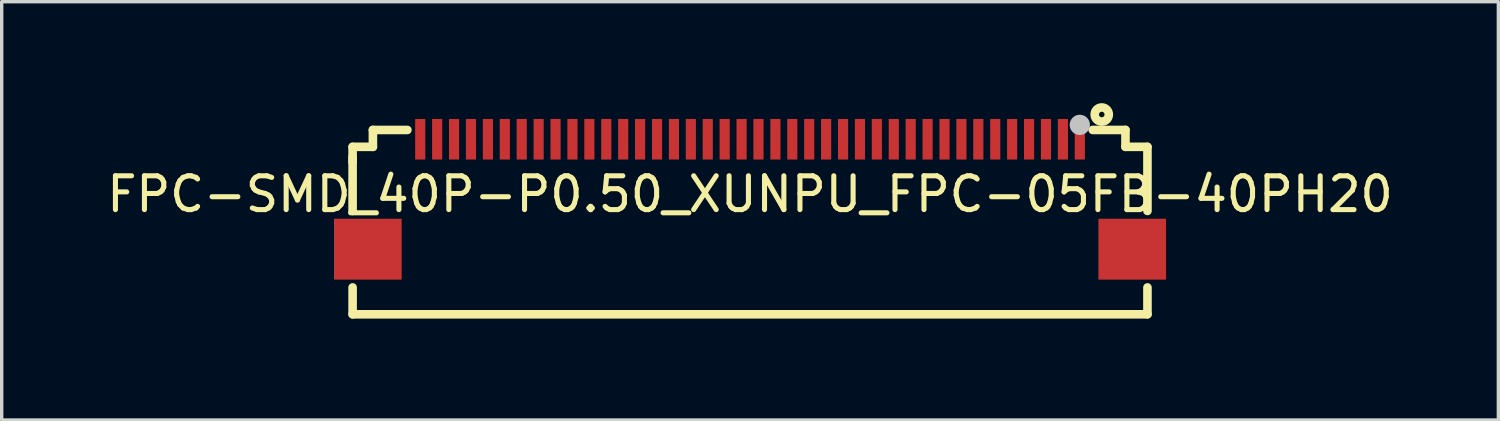
<source format=kicad_pcb>
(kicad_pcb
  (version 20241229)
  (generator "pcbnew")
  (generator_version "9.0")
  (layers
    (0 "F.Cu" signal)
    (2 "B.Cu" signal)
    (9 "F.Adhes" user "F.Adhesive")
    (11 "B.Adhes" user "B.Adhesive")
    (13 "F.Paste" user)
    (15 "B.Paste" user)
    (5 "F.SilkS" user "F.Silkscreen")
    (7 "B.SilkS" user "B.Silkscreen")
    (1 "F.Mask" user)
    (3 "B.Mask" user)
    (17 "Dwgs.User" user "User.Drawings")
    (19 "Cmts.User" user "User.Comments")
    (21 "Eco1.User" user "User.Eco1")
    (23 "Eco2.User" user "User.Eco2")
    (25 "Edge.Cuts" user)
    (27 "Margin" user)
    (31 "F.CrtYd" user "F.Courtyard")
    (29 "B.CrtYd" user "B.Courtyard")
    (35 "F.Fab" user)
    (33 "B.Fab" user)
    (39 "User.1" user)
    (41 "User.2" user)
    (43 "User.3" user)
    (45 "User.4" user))
  (footprint "FPC-SMD_40P-P0.50_XUNPU_FPC-05FB-40PH20"
    (layer "F.Cu")
    (at 19.125 2.692)
    (property "Reference" "FPC-SMD_40P-P0.50_XUNPU_FPC-05FB-40PH20" (at 0 0 0) (layer "F.SilkS") (effects (font (size 1 1) (thickness 0.15))))
    (fp_line (start -11.75 -1.4) (end -11.15 -1.4) (stroke (width 0.254) (type default)) (layer "F.SilkS"))
    (fp_line (start -11.75 -0.95) (end -11.75 -1.4) (stroke (width 0.254) (type default)) (layer "F.SilkS"))
    (fp_line (start -11.75 0.494) (end -11.75 -1.1) (stroke (width 0.254) (type default)) (layer "F.SilkS"))
    (fp_line (start -11.75 3.55) (end -11.75 2.756) (stroke (width 0.254) (type default)) (layer "F.SilkS"))
    (fp_line (start -11.15 -1.9) (end -10.131 -1.9) (stroke (width 0.254) (type default)) (layer "F.SilkS"))
    (fp_line (start -11.15 -1.4) (end -11.15 -1.9) (stroke (width 0.254) (type default)) (layer "F.SilkS"))
    (fp_line (start 10.131 -1.9) (end 11.1 -1.9) (stroke (width 0.254) (type default)) (layer "F.SilkS"))
    (fp_line (start 11.1 -1.9) (end 11.1 -1.4) (stroke (width 0.254) (type default)) (layer "F.SilkS"))
    (fp_line (start 11.1 -1.4) (end 11.75 -1.4) (stroke (width 0.254) (type default)) (layer "F.SilkS"))
    (fp_line (start 11.75 -1.4) (end 11.75 0.494) (stroke (width 0.254) (type default)) (layer "F.SilkS"))
    (fp_line (start 11.75 2.756) (end 11.75 3.55) (stroke (width 0.254) (type default)) (layer "F.SilkS"))
    (fp_line (start 11.75 3.55) (end -11.75 3.55) (stroke (width 0.254) (type default)) (layer "F.SilkS"))
    (fp_circle (center 10.399 -2.356) (end 10.608 -2.356) (stroke (width 0.254) (type default)) (fill no) (layer "F.SilkS"))
    (fp_circle (center 9.75 -2.05) (end 9.9 -2.05) (stroke (width 0.3) (type default)) (fill no) (layer "Dwgs.User"))
    (fp_poly (pts (xy -11.75 2.375) (xy -11.75 0.875) (xy -10.55 0.875) (xy -10.55 2.375)) (stroke (width 0.1) (type default)) (fill no) (layer "User.1"))
    (fp_poly (pts (xy -9.85 -1.875) (xy -9.65 -1.875) (xy -9.65 -1.075) (xy -9.85 -1.075)) (stroke (width 0.1) (type default)) (fill no) (layer "User.1"))
    (fp_poly (pts (xy -9.35 -1.875) (xy -9.15 -1.875) (xy -9.15 -1.075) (xy -9.35 -1.075)) (stroke (width 0.1) (type default)) (fill no) (layer "User.1"))
    (fp_poly (pts (xy -8.85 -1.875) (xy -8.65 -1.875) (xy -8.65 -1.075) (xy -8.85 -1.075)) (stroke (width 0.1) (type default)) (fill no) (layer "User.1"))
    (fp_poly (pts (xy -8.35 -1.875) (xy -8.15 -1.875) (xy -8.15 -1.075) (xy -8.35 -1.075)) (stroke (width 0.1) (type default)) (fill no) (layer "User.1"))
    (fp_poly (pts (xy -7.85 -1.875) (xy -7.65 -1.875) (xy -7.65 -1.075) (xy -7.85 -1.075)) (stroke (width 0.1) (type default)) (fill no) (layer "User.1"))
    (fp_poly (pts (xy -7.35 -1.875) (xy -7.15 -1.875) (xy -7.15 -1.075) (xy -7.35 -1.075)) (stroke (width 0.1) (type default)) (fill no) (layer "User.1"))
    (fp_poly (pts (xy -6.85 -1.875) (xy -6.65 -1.875) (xy -6.65 -1.075) (xy -6.85 -1.075)) (stroke (width 0.1) (type default)) (fill no) (layer "User.1"))
    (fp_poly (pts (xy -6.35 -1.875) (xy -6.15 -1.875) (xy -6.15 -1.075) (xy -6.35 -1.075)) (stroke (width 0.1) (type default)) (fill no) (layer "User.1"))
    (fp_poly (pts (xy -5.85 -1.875) (xy -5.65 -1.875) (xy -5.65 -1.075) (xy -5.85 -1.075)) (stroke (width 0.1) (type default)) (fill no) (layer "User.1"))
    (fp_poly (pts (xy -5.35 -1.875) (xy -5.15 -1.875) (xy -5.15 -1.075) (xy -5.35 -1.075)) (stroke (width 0.1) (type default)) (fill no) (layer "User.1"))
    (fp_poly (pts (xy -4.85 -1.875) (xy -4.65 -1.875) (xy -4.65 -1.075) (xy -4.85 -1.075)) (stroke (width 0.1) (type default)) (fill no) (layer "User.1"))
    (fp_poly (pts (xy -4.35 -1.875) (xy -4.15 -1.875) (xy -4.15 -1.075) (xy -4.35 -1.075)) (stroke (width 0.1) (type default)) (fill no) (layer "User.1"))
    (fp_poly (pts (xy -3.85 -1.875) (xy -3.65 -1.875) (xy -3.65 -1.075) (xy -3.85 -1.075)) (stroke (width 0.1) (type default)) (fill no) (layer "User.1"))
    (fp_poly (pts (xy -3.35 -1.875) (xy -3.15 -1.875) (xy -3.15 -1.075) (xy -3.35 -1.075)) (stroke (width 0.1) (type default)) (fill no) (layer "User.1"))
    (fp_poly (pts (xy -2.85 -1.875) (xy -2.65 -1.875) (xy -2.65 -1.075) (xy -2.85 -1.075)) (stroke (width 0.1) (type default)) (fill no) (layer "User.1"))
    (fp_poly (pts (xy -2.35 -1.875) (xy -2.15 -1.875) (xy -2.15 -1.075) (xy -2.35 -1.075)) (stroke (width 0.1) (type default)) (fill no) (layer "User.1"))
    (fp_poly (pts (xy -1.85 -1.875) (xy -1.65 -1.875) (xy -1.65 -1.075) (xy -1.85 -1.075)) (stroke (width 0.1) (type default)) (fill no) (layer "User.1"))
    (fp_poly (pts (xy -1.35 -1.875) (xy -1.15 -1.875) (xy -1.15 -1.075) (xy -1.35 -1.075)) (stroke (width 0.1) (type default)) (fill no) (layer "User.1"))
    (fp_poly (pts (xy -0.85 -1.875) (xy -0.65 -1.875) (xy -0.65 -1.075) (xy -0.85 -1.075)) (stroke (width 0.1) (type default)) (fill no) (layer "User.1"))
    (fp_poly (pts (xy -0.35 -1.875) (xy -0.15 -1.875) (xy -0.15 -1.075) (xy -0.35 -1.075)) (stroke (width 0.1) (type default)) (fill no) (layer "User.1"))
    (fp_poly (pts (xy 0.15 -1.875) (xy 0.35 -1.875) (xy 0.35 -1.075) (xy 0.15 -1.075)) (stroke (width 0.1) (type default)) (fill no) (layer "User.1"))
    (fp_poly (pts (xy 0.65 -1.875) (xy 0.85 -1.875) (xy 0.85 -1.075) (xy 0.65 -1.075)) (stroke (width 0.1) (type default)) (fill no) (layer "User.1"))
    (fp_poly (pts (xy 1.15 -1.875) (xy 1.35 -1.875) (xy 1.35 -1.075) (xy 1.15 -1.075)) (stroke (width 0.1) (type default)) (fill no) (layer "User.1"))
    (fp_poly (pts (xy 1.65 -1.875) (xy 1.85 -1.875) (xy 1.85 -1.075) (xy 1.65 -1.075)) (stroke (width 0.1) (type default)) (fill no) (layer "User.1"))
    (fp_poly (pts (xy 2.15 -1.875) (xy 2.35 -1.875) (xy 2.35 -1.075) (xy 2.15 -1.075)) (stroke (width 0.1) (type default)) (fill no) (layer "User.1"))
    (fp_poly (pts (xy 2.65 -1.875) (xy 2.85 -1.875) (xy 2.85 -1.075) (xy 2.65 -1.075)) (stroke (width 0.1) (type default)) (fill no) (layer "User.1"))
    (fp_poly (pts (xy 3.15 -1.875) (xy 3.35 -1.875) (xy 3.35 -1.075) (xy 3.15 -1.075)) (stroke (width 0.1) (type default)) (fill no) (layer "User.1"))
    (fp_poly (pts (xy 3.65 -1.875) (xy 3.85 -1.875) (xy 3.85 -1.075) (xy 3.65 -1.075)) (stroke (width 0.1) (type default)) (fill no) (layer "User.1"))
    (fp_poly (pts (xy 4.15 -1.875) (xy 4.35 -1.875) (xy 4.35 -1.075) (xy 4.15 -1.075)) (stroke (width 0.1) (type default)) (fill no) (layer "User.1"))
    (fp_poly (pts (xy 4.65 -1.875) (xy 4.85 -1.875) (xy 4.85 -1.075) (xy 4.65 -1.075)) (stroke (width 0.1) (type default)) (fill no) (layer "User.1"))
    (fp_poly (pts (xy 5.15 -1.875) (xy 5.35 -1.875) (xy 5.35 -1.075) (xy 5.15 -1.075)) (stroke (width 0.1) (type default)) (fill no) (layer "User.1"))
    (fp_poly (pts (xy 5.65 -1.875) (xy 5.85 -1.875) (xy 5.85 -1.075) (xy 5.65 -1.075)) (stroke (width 0.1) (type default)) (fill no) (layer "User.1"))
    (fp_poly (pts (xy 6.15 -1.875) (xy 6.35 -1.875) (xy 6.35 -1.075) (xy 6.15 -1.075)) (stroke (width 0.1) (type default)) (fill no) (layer "User.1"))
    (fp_poly (pts (xy 6.65 -1.875) (xy 6.85 -1.875) (xy 6.85 -1.075) (xy 6.65 -1.075)) (stroke (width 0.1) (type default)) (fill no) (layer "User.1"))
    (fp_poly (pts (xy 7.15 -1.875) (xy 7.35 -1.875) (xy 7.35 -1.075) (xy 7.15 -1.075)) (stroke (width 0.1) (type default)) (fill no) (layer "User.1"))
    (fp_poly (pts (xy 7.65 -1.875) (xy 7.85 -1.875) (xy 7.85 -1.075) (xy 7.65 -1.075)) (stroke (width 0.1) (type default)) (fill no) (layer "User.1"))
    (fp_poly (pts (xy 8.15 -1.875) (xy 8.35 -1.875) (xy 8.35 -1.075) (xy 8.15 -1.075)) (stroke (width 0.1) (type default)) (fill no) (layer "User.1"))
    (fp_poly (pts (xy 8.65 -1.875) (xy 8.85 -1.875) (xy 8.85 -1.075) (xy 8.65 -1.075)) (stroke (width 0.1) (type default)) (fill no) (layer "User.1"))
    (fp_poly (pts (xy 9.15 -1.875) (xy 9.35 -1.875) (xy 9.35 -1.075) (xy 9.15 -1.075)) (stroke (width 0.1) (type default)) (fill no) (layer "User.1"))
    (fp_poly (pts (xy 9.65 -1.875) (xy 9.85 -1.875) (xy 9.85 -1.075) (xy 9.65 -1.075)) (stroke (width 0.1) (type default)) (fill no) (layer "User.1"))
    (fp_poly (pts (xy 10.55 2.375) (xy 10.55 0.875) (xy 11.75 0.875) (xy 11.75 2.375)) (stroke (width 0.1) (type default)) (fill no) (layer "User.1"))
    (fp_line (start -11.75 -1.375) (end 11.75 -1.375) (stroke (width 0.051) (type default)) (layer "User.2"))
    (fp_line (start -11.75 3.525) (end -11.75 -1.375) (stroke (width 0.051) (type default)) (layer "User.2"))
    (fp_line (start 11.75 -1.375) (end 11.75 3.525) (stroke (width 0.051) (type default)) (layer "User.2"))
    (fp_line (start 11.75 3.525) (end -11.75 3.525) (stroke (width 0.051) (type default)) (layer "User.2"))
    (fp_poly (pts (xy 11.81 -1.875) (xy 11.792 -1.917) (xy 11.75 -1.935) (xy 11.708 -1.917) (xy 11.69 -1.875) (xy 11.708 -1.833) (xy 11.75 -1.815) (xy 11.792 -1.833)) (stroke (width 0.1) (type default)) (fill no) (layer "User.3"))
    (pad "1" smd rect (at 9.75 -1.625) (size 0.3 1.2) (layers "F.Cu" "F.Mask" "F.Paste"))
    (pad "2" smd rect (at 9.25 -1.625) (size 0.3 1.2) (layers "F.Cu" "F.Mask" "F.Paste"))
    (pad "3" smd rect (at 8.75 -1.625) (size 0.3 1.2) (layers "F.Cu" "F.Mask" "F.Paste"))
    (pad "4" smd rect (at 8.25 -1.625) (size 0.3 1.2) (layers "F.Cu" "F.Mask" "F.Paste"))
    (pad "5" smd rect (at 7.75 -1.625) (size 0.3 1.2) (layers "F.Cu" "F.Mask" "F.Paste"))
    (pad "6" smd rect (at 7.25 -1.625) (size 0.3 1.2) (layers "F.Cu" "F.Mask" "F.Paste"))
    (pad "7" smd rect (at 6.75 -1.625) (size 0.3 1.2) (layers "F.Cu" "F.Mask" "F.Paste"))
    (pad "8" smd rect (at 6.25 -1.625) (size 0.3 1.2) (layers "F.Cu" "F.Mask" "F.Paste"))
    (pad "9" smd rect (at 5.75 -1.625) (size 0.3 1.2) (layers "F.Cu" "F.Mask" "F.Paste"))
    (pad "10" smd rect (at 5.25 -1.625) (size 0.3 1.2) (layers "F.Cu" "F.Mask" "F.Paste"))
    (pad "11" smd rect (at 4.75 -1.625) (size 0.3 1.2) (layers "F.Cu" "F.Mask" "F.Paste"))
    (pad "12" smd rect (at 4.25 -1.625) (size 0.3 1.2) (layers "F.Cu" "F.Mask" "F.Paste"))
    (pad "13" smd rect (at 3.75 -1.625) (size 0.3 1.2) (layers "F.Cu" "F.Mask" "F.Paste"))
    (pad "14" smd rect (at 3.25 -1.625) (size 0.3 1.2) (layers "F.Cu" "F.Mask" "F.Paste"))
    (pad "15" smd rect (at 2.75 -1.625) (size 0.3 1.2) (layers "F.Cu" "F.Mask" "F.Paste"))
    (pad "16" smd rect (at 2.25 -1.625) (size 0.3 1.2) (layers "F.Cu" "F.Mask" "F.Paste"))
    (pad "17" smd rect (at 1.75 -1.625) (size 0.3 1.2) (layers "F.Cu" "F.Mask" "F.Paste"))
    (pad "18" smd rect (at 1.25 -1.625) (size 0.3 1.2) (layers "F.Cu" "F.Mask" "F.Paste"))
    (pad "19" smd rect (at 0.75 -1.625) (size 0.3 1.2) (layers "F.Cu" "F.Mask" "F.Paste"))
    (pad "20" smd rect (at 0.25 -1.625) (size 0.3 1.2) (layers "F.Cu" "F.Mask" "F.Paste"))
    (pad "21" smd rect (at -0.25 -1.625) (size 0.3 1.2) (layers "F.Cu" "F.Mask" "F.Paste"))
    (pad "22" smd rect (at -0.75 -1.625) (size 0.3 1.2) (layers "F.Cu" "F.Mask" "F.Paste"))
    (pad "23" smd rect (at -1.25 -1.625) (size 0.3 1.2) (layers "F.Cu" "F.Mask" "F.Paste"))
    (pad "24" smd rect (at -1.75 -1.625) (size 0.3 1.2) (layers "F.Cu" "F.Mask" "F.Paste"))
    (pad "25" smd rect (at -2.25 -1.625) (size 0.3 1.2) (layers "F.Cu" "F.Mask" "F.Paste"))
    (pad "26" smd rect (at -2.75 -1.625) (size 0.3 1.2) (layers "F.Cu" "F.Mask" "F.Paste"))
    (pad "27" smd rect (at -3.25 -1.625) (size 0.3 1.2) (layers "F.Cu" "F.Mask" "F.Paste"))
    (pad "28" smd rect (at -3.75 -1.625) (size 0.3 1.2) (layers "F.Cu" "F.Mask" "F.Paste"))
    (pad "29" smd rect (at -4.25 -1.625) (size 0.3 1.2) (layers "F.Cu" "F.Mask" "F.Paste"))
    (pad "30" smd rect (at -4.75 -1.625) (size 0.3 1.2) (layers "F.Cu" "F.Mask" "F.Paste"))
    (pad "31" smd rect (at -5.25 -1.625) (size 0.3 1.2) (layers "F.Cu" "F.Mask" "F.Paste"))
    (pad "32" smd rect (at -5.75 -1.625) (size 0.3 1.2) (layers "F.Cu" "F.Mask" "F.Paste"))
    (pad "33" smd rect (at -6.25 -1.625) (size 0.3 1.2) (layers "F.Cu" "F.Mask" "F.Paste"))
    (pad "34" smd rect (at -6.75 -1.625) (size 0.3 1.2) (layers "F.Cu" "F.Mask" "F.Paste"))
    (pad "35" smd rect (at -7.25 -1.625) (size 0.3 1.2) (layers "F.Cu" "F.Mask" "F.Paste"))
    (pad "36" smd rect (at -7.75 -1.625) (size 0.3 1.2) (layers "F.Cu" "F.Mask" "F.Paste"))
    (pad "37" smd rect (at -8.25 -1.625) (size 0.3 1.2) (layers "F.Cu" "F.Mask" "F.Paste"))
    (pad "38" smd rect (at -8.75 -1.625) (size 0.3 1.2) (layers "F.Cu" "F.Mask" "F.Paste"))
    (pad "39" smd rect (at -9.25 -1.625) (size 0.3 1.2) (layers "F.Cu" "F.Mask" "F.Paste"))
    (pad "40" smd rect (at -9.75 -1.625) (size 0.3 1.2) (layers "F.Cu" "F.Mask" "F.Paste"))
    (pad "41" smd rect (at -11.3 1.625) (size 2 1.8) (layers "F.Cu" "F.Mask" "F.Paste"))
    (pad "42" smd rect (at 11.3 1.625) (size 2 1.8) (layers "F.Cu" "F.Mask" "F.Paste")))
  (gr_rect
    (start -3 -3)
    (end 41.25 9.369)
    (stroke (width 0.1) (type default))
    (fill no)
    (layer "Edge.Cuts")))
</source>
